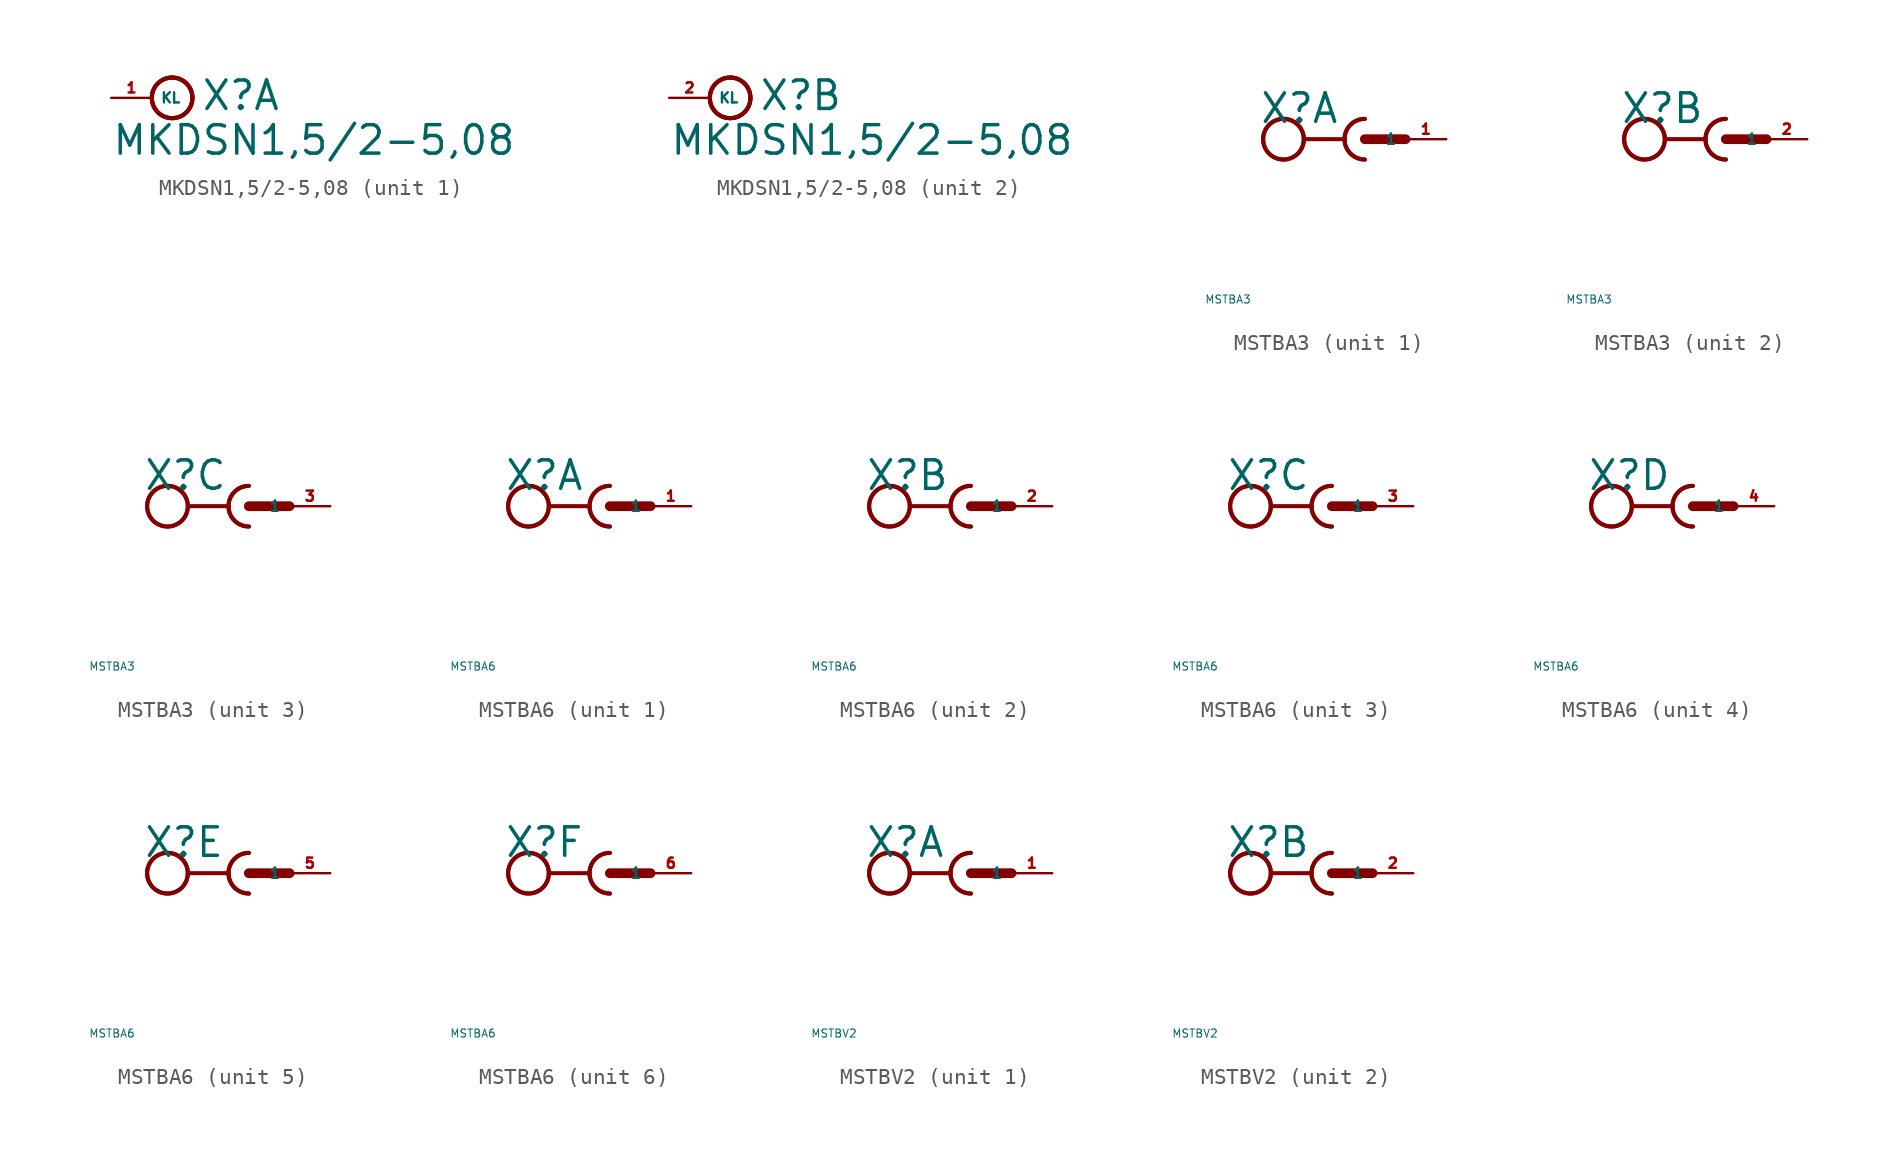
<source format=kicad_sym>
(kicad_symbol_lib
  (version 20220914)
  (generator Eagle2Kicad)
  (symbol "MKDSN1,5/2-5,08"
    (property "Reference" "X"
      (at 3.048 -0.889 0)
      (effects (font (size 1.778 1.778) (thickness 0.22)) (justify left bottom)))
    (property "Value" "MKDSN1,5/2-5,08"
      (at -2.54 -3.683 0)
      (effects (font (size 1.778 1.778) (thickness 0.22)) (justify left bottom)))
    (symbol "MKDSN1,5/2-5,08_1_0"
      (circle (center 1.27 0) (radius 1.27) (stroke (width 0.254) (type default)) (fill (type none)))
      (circle (center 1.27 0) (radius 1.27) (stroke (width 0.254) (type default)) (fill (type none)))
      (circle (center 1.27 0) (radius 1.27) (stroke (width 0.254) (type default)) (fill (type none)))
      (pin passive line (at -2.54 0 0) (length 2.54) (name "KL" (effects (font (size 0.635 0.635) (thickness 0.08)) (justify left bottom))) (number "1" (effects (font (size 0.635 0.635) (thickness 0.08)) (justify left bottom)))))
    (symbol "MKDSN1,5/2-5,08_2_0"
      (circle (center 1.27 0) (radius 1.27) (stroke (width 0.254) (type default)) (fill (type none)))
      (circle (center 1.27 0) (radius 1.27) (stroke (width 0.254) (type default)) (fill (type none)))
      (circle (center 1.27 0) (radius 1.27) (stroke (width 0.254) (type default)) (fill (type none)))
      (pin passive line (at -2.54 0 0) (length 2.54) (name "KL" (effects (font (size 0.635 0.635) (thickness 0.08)) (justify left bottom))) (number "2" (effects (font (size 0.635 0.635) (thickness 0.08)) (justify left bottom))))))
  (symbol "MSTBA3"
    (property "Reference" "X"
      (at -6.604 0.889 0)
      (effects (font (size 1.778 1.778) (thickness 0.22)) (justify left bottom)))
    (property "Value" "MSTBA3"
      (at -10 -10 0)
      (effects (font (size 0.5 0.5) (thickness 0.06)) (justify left)))
    (symbol "MSTBA3_1_0"
      (arc (start -1.27 0) (mid -0.898 -0.898) (end 0 -1.27) (stroke (width 0.254) (type default)) (fill (type none)))
      (arc (start 0 1.27) (mid -0.898 0.898) (end -1.27 0) (stroke (width 0.254) (type default)) (fill (type none)))
      (polyline (pts (xy -3.81 0) (xy -1.27 0)) (stroke (width 0.254) (type default)) (fill (type none)))
      (arc (start 0 1.27) (mid -1.270 0.000) (end 0 -1.27) (stroke (width 0.254) (type default)) (fill (type none)))
      (polyline (pts (xy 0 0) (xy 2.54 0)) (stroke (width 0.61) (type default)) (fill (type none)))
      (circle (center -5.08 0) (radius 1.27) (stroke (width 0.254) (type default)) (fill (type none)))
      (circle (center -5.08 0) (radius 1.27) (stroke (width 0.254) (type default)) (fill (type none)))
      (pin passive line (at 5.08 0 180) (length 2.54) (name "1" (effects (font (size 0.635 0.635) (thickness 0.08)) (justify left bottom))) (number "1" (effects (font (size 0.635 0.635) (thickness 0.08)) (justify left bottom)))))
    (symbol "MSTBA3_2_0"
      (arc (start -1.27 0) (mid -0.898 -0.898) (end 0 -1.27) (stroke (width 0.254) (type default)) (fill (type none)))
      (arc (start 0 1.27) (mid -0.898 0.898) (end -1.27 0) (stroke (width 0.254) (type default)) (fill (type none)))
      (polyline (pts (xy -3.81 0) (xy -1.27 0)) (stroke (width 0.254) (type default)) (fill (type none)))
      (arc (start 0 1.27) (mid -1.270 0.000) (end 0 -1.27) (stroke (width 0.254) (type default)) (fill (type none)))
      (polyline (pts (xy 0 0) (xy 2.54 0)) (stroke (width 0.61) (type default)) (fill (type none)))
      (circle (center -5.08 0) (radius 1.27) (stroke (width 0.254) (type default)) (fill (type none)))
      (circle (center -5.08 0) (radius 1.27) (stroke (width 0.254) (type default)) (fill (type none)))
      (pin passive line (at 5.08 0 180) (length 2.54) (name "1" (effects (font (size 0.635 0.635) (thickness 0.08)) (justify left bottom))) (number "2" (effects (font (size 0.635 0.635) (thickness 0.08)) (justify left bottom)))))
    (symbol "MSTBA3_3_0"
      (arc (start -1.27 0) (mid -0.898 -0.898) (end 0 -1.27) (stroke (width 0.254) (type default)) (fill (type none)))
      (arc (start 0 1.27) (mid -0.898 0.898) (end -1.27 0) (stroke (width 0.254) (type default)) (fill (type none)))
      (polyline (pts (xy -3.81 0) (xy -1.27 0)) (stroke (width 0.254) (type default)) (fill (type none)))
      (arc (start 0 1.27) (mid -1.270 0.000) (end 0 -1.27) (stroke (width 0.254) (type default)) (fill (type none)))
      (polyline (pts (xy 0 0) (xy 2.54 0)) (stroke (width 0.61) (type default)) (fill (type none)))
      (circle (center -5.08 0) (radius 1.27) (stroke (width 0.254) (type default)) (fill (type none)))
      (circle (center -5.08 0) (radius 1.27) (stroke (width 0.254) (type default)) (fill (type none)))
      (pin passive line (at 5.08 0 180) (length 2.54) (name "1" (effects (font (size 0.635 0.635) (thickness 0.08)) (justify left bottom))) (number "3" (effects (font (size 0.635 0.635) (thickness 0.08)) (justify left bottom))))))
  (symbol "MSTBA6"
    (property "Reference" "X"
      (at -6.604 0.889 0)
      (effects (font (size 1.778 1.778) (thickness 0.22)) (justify left bottom)))
    (property "Value" "MSTBA6"
      (at -10 -10 0)
      (effects (font (size 0.5 0.5) (thickness 0.06)) (justify left)))
    (symbol "MSTBA6_1_0"
      (arc (start -1.27 0) (mid -0.898 -0.898) (end 0 -1.27) (stroke (width 0.254) (type default)) (fill (type none)))
      (arc (start 0 1.27) (mid -0.898 0.898) (end -1.27 0) (stroke (width 0.254) (type default)) (fill (type none)))
      (polyline (pts (xy -3.81 0) (xy -1.27 0)) (stroke (width 0.254) (type default)) (fill (type none)))
      (arc (start 0 1.27) (mid -1.270 0.000) (end 0 -1.27) (stroke (width 0.254) (type default)) (fill (type none)))
      (polyline (pts (xy 0 0) (xy 2.54 0)) (stroke (width 0.61) (type default)) (fill (type none)))
      (circle (center -5.08 0) (radius 1.27) (stroke (width 0.254) (type default)) (fill (type none)))
      (circle (center -5.08 0) (radius 1.27) (stroke (width 0.254) (type default)) (fill (type none)))
      (pin passive line (at 5.08 0 180) (length 2.54) (name "1" (effects (font (size 0.635 0.635) (thickness 0.08)) (justify left bottom))) (number "1" (effects (font (size 0.635 0.635) (thickness 0.08)) (justify left bottom)))))
    (symbol "MSTBA6_2_0"
      (arc (start -1.27 0) (mid -0.898 -0.898) (end 0 -1.27) (stroke (width 0.254) (type default)) (fill (type none)))
      (arc (start 0 1.27) (mid -0.898 0.898) (end -1.27 0) (stroke (width 0.254) (type default)) (fill (type none)))
      (polyline (pts (xy -3.81 0) (xy -1.27 0)) (stroke (width 0.254) (type default)) (fill (type none)))
      (arc (start 0 1.27) (mid -1.270 0.000) (end 0 -1.27) (stroke (width 0.254) (type default)) (fill (type none)))
      (polyline (pts (xy 0 0) (xy 2.54 0)) (stroke (width 0.61) (type default)) (fill (type none)))
      (circle (center -5.08 0) (radius 1.27) (stroke (width 0.254) (type default)) (fill (type none)))
      (circle (center -5.08 0) (radius 1.27) (stroke (width 0.254) (type default)) (fill (type none)))
      (pin passive line (at 5.08 0 180) (length 2.54) (name "1" (effects (font (size 0.635 0.635) (thickness 0.08)) (justify left bottom))) (number "2" (effects (font (size 0.635 0.635) (thickness 0.08)) (justify left bottom)))))
    (symbol "MSTBA6_3_0"
      (arc (start -1.27 0) (mid -0.898 -0.898) (end 0 -1.27) (stroke (width 0.254) (type default)) (fill (type none)))
      (arc (start 0 1.27) (mid -0.898 0.898) (end -1.27 0) (stroke (width 0.254) (type default)) (fill (type none)))
      (polyline (pts (xy -3.81 0) (xy -1.27 0)) (stroke (width 0.254) (type default)) (fill (type none)))
      (arc (start 0 1.27) (mid -1.270 0.000) (end 0 -1.27) (stroke (width 0.254) (type default)) (fill (type none)))
      (polyline (pts (xy 0 0) (xy 2.54 0)) (stroke (width 0.61) (type default)) (fill (type none)))
      (circle (center -5.08 0) (radius 1.27) (stroke (width 0.254) (type default)) (fill (type none)))
      (circle (center -5.08 0) (radius 1.27) (stroke (width 0.254) (type default)) (fill (type none)))
      (pin passive line (at 5.08 0 180) (length 2.54) (name "1" (effects (font (size 0.635 0.635) (thickness 0.08)) (justify left bottom))) (number "3" (effects (font (size 0.635 0.635) (thickness 0.08)) (justify left bottom)))))
    (symbol "MSTBA6_4_0"
      (arc (start -1.27 0) (mid -0.898 -0.898) (end 0 -1.27) (stroke (width 0.254) (type default)) (fill (type none)))
      (arc (start 0 1.27) (mid -0.898 0.898) (end -1.27 0) (stroke (width 0.254) (type default)) (fill (type none)))
      (polyline (pts (xy -3.81 0) (xy -1.27 0)) (stroke (width 0.254) (type default)) (fill (type none)))
      (arc (start 0 1.27) (mid -1.270 0.000) (end 0 -1.27) (stroke (width 0.254) (type default)) (fill (type none)))
      (polyline (pts (xy 0 0) (xy 2.54 0)) (stroke (width 0.61) (type default)) (fill (type none)))
      (circle (center -5.08 0) (radius 1.27) (stroke (width 0.254) (type default)) (fill (type none)))
      (circle (center -5.08 0) (radius 1.27) (stroke (width 0.254) (type default)) (fill (type none)))
      (pin passive line (at 5.08 0 180) (length 2.54) (name "1" (effects (font (size 0.635 0.635) (thickness 0.08)) (justify left bottom))) (number "4" (effects (font (size 0.635 0.635) (thickness 0.08)) (justify left bottom)))))
    (symbol "MSTBA6_5_0"
      (arc (start -1.27 0) (mid -0.898 -0.898) (end 0 -1.27) (stroke (width 0.254) (type default)) (fill (type none)))
      (arc (start 0 1.27) (mid -0.898 0.898) (end -1.27 0) (stroke (width 0.254) (type default)) (fill (type none)))
      (polyline (pts (xy -3.81 0) (xy -1.27 0)) (stroke (width 0.254) (type default)) (fill (type none)))
      (arc (start 0 1.27) (mid -1.270 0.000) (end 0 -1.27) (stroke (width 0.254) (type default)) (fill (type none)))
      (polyline (pts (xy 0 0) (xy 2.54 0)) (stroke (width 0.61) (type default)) (fill (type none)))
      (circle (center -5.08 0) (radius 1.27) (stroke (width 0.254) (type default)) (fill (type none)))
      (circle (center -5.08 0) (radius 1.27) (stroke (width 0.254) (type default)) (fill (type none)))
      (pin passive line (at 5.08 0 180) (length 2.54) (name "1" (effects (font (size 0.635 0.635) (thickness 0.08)) (justify left bottom))) (number "5" (effects (font (size 0.635 0.635) (thickness 0.08)) (justify left bottom)))))
    (symbol "MSTBA6_6_0"
      (arc (start -1.27 0) (mid -0.898 -0.898) (end 0 -1.27) (stroke (width 0.254) (type default)) (fill (type none)))
      (arc (start 0 1.27) (mid -0.898 0.898) (end -1.27 0) (stroke (width 0.254) (type default)) (fill (type none)))
      (polyline (pts (xy -3.81 0) (xy -1.27 0)) (stroke (width 0.254) (type default)) (fill (type none)))
      (arc (start 0 1.27) (mid -1.270 0.000) (end 0 -1.27) (stroke (width 0.254) (type default)) (fill (type none)))
      (polyline (pts (xy 0 0) (xy 2.54 0)) (stroke (width 0.61) (type default)) (fill (type none)))
      (circle (center -5.08 0) (radius 1.27) (stroke (width 0.254) (type default)) (fill (type none)))
      (circle (center -5.08 0) (radius 1.27) (stroke (width 0.254) (type default)) (fill (type none)))
      (pin passive line (at 5.08 0 180) (length 2.54) (name "1" (effects (font (size 0.635 0.635) (thickness 0.08)) (justify left bottom))) (number "6" (effects (font (size 0.635 0.635) (thickness 0.08)) (justify left bottom))))))
  (symbol "MSTBV2"
    (property "Reference" "X"
      (at -6.604 0.889 0)
      (effects (font (size 1.778 1.778) (thickness 0.22)) (justify left bottom)))
    (property "Value" "MSTBV2"
      (at -10 -10 0)
      (effects (font (size 0.5 0.5) (thickness 0.06)) (justify left)))
    (symbol "MSTBV2_1_0"
      (arc (start -1.27 0) (mid -0.898 -0.898) (end 0 -1.27) (stroke (width 0.254) (type default)) (fill (type none)))
      (arc (start 0 1.27) (mid -0.898 0.898) (end -1.27 0) (stroke (width 0.254) (type default)) (fill (type none)))
      (polyline (pts (xy -3.81 0) (xy -1.27 0)) (stroke (width 0.254) (type default)) (fill (type none)))
      (arc (start 0 1.27) (mid -1.270 0.000) (end 0 -1.27) (stroke (width 0.254) (type default)) (fill (type none)))
      (polyline (pts (xy 0 0) (xy 2.54 0)) (stroke (width 0.61) (type default)) (fill (type none)))
      (circle (center -5.08 0) (radius 1.27) (stroke (width 0.254) (type default)) (fill (type none)))
      (circle (center -5.08 0) (radius 1.27) (stroke (width 0.254) (type default)) (fill (type none)))
      (pin passive line (at 5.08 0 180) (length 2.54) (name "1" (effects (font (size 0.635 0.635) (thickness 0.08)) (justify left bottom))) (number "1" (effects (font (size 0.635 0.635) (thickness 0.08)) (justify left bottom)))))
    (symbol "MSTBV2_2_0"
      (arc (start -1.27 0) (mid -0.898 -0.898) (end 0 -1.27) (stroke (width 0.254) (type default)) (fill (type none)))
      (arc (start 0 1.27) (mid -0.898 0.898) (end -1.27 0) (stroke (width 0.254) (type default)) (fill (type none)))
      (polyline (pts (xy -3.81 0) (xy -1.27 0)) (stroke (width 0.254) (type default)) (fill (type none)))
      (arc (start 0 1.27) (mid -1.270 0.000) (end 0 -1.27) (stroke (width 0.254) (type default)) (fill (type none)))
      (polyline (pts (xy 0 0) (xy 2.54 0)) (stroke (width 0.61) (type default)) (fill (type none)))
      (circle (center -5.08 0) (radius 1.27) (stroke (width 0.254) (type default)) (fill (type none)))
      (circle (center -5.08 0) (radius 1.27) (stroke (width 0.254) (type default)) (fill (type none)))
      (pin passive line (at 5.08 0 180) (length 2.54) (name "1" (effects (font (size 0.635 0.635) (thickness 0.08)) (justify left bottom))) (number "2" (effects (font (size 0.635 0.635) (thickness 0.08)) (justify left bottom)))))))
</source>
